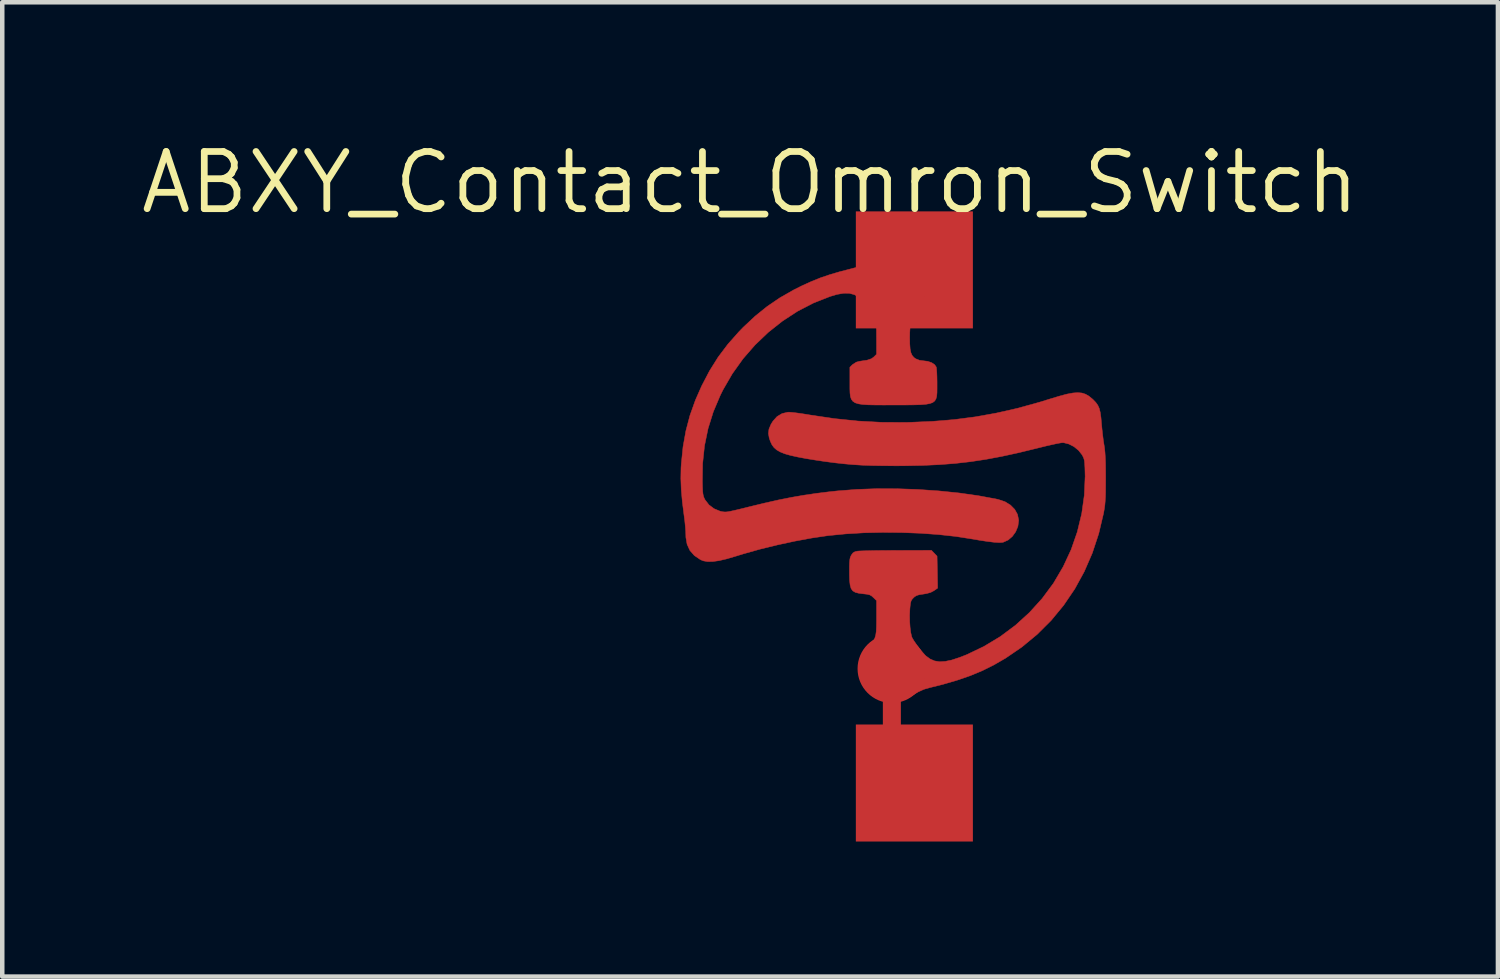
<source format=kicad_pcb>
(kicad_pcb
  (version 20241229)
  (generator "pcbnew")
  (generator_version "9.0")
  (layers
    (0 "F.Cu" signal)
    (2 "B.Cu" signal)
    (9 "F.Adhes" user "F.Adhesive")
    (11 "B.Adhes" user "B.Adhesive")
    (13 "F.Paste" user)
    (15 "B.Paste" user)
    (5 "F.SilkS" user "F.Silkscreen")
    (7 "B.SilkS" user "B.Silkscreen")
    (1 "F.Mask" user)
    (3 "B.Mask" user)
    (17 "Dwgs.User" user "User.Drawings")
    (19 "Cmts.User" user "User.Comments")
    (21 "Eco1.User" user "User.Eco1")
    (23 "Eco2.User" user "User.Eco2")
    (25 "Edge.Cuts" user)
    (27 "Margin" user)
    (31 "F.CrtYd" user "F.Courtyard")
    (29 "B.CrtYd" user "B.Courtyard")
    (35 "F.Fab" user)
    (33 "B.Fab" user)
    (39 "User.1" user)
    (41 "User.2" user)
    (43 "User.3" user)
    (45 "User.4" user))
  (footprint "ABXY_Contact_Omron_Switch"
    (layer "F.Cu")
    (at 16.764 7.506)
    (property "Reference" "ABXY_Contact_Omron_Switch" (at -3.15 -6.5 0) (layer "F.SilkS") (effects (font (size 1.27 1.27) (thickness 0.15))))
    (attr through_hole)
    (fp_line (start 0 4.3) (end 0 6.3) (stroke (width 0.4) (type solid)) (layer "F.Cu"))
    (fp_rect (start -0.8 -5.86) (end 1.8 -3.26) (stroke (width 0) (type solid)) (fill yes) (layer "F.Cu"))
    (fp_rect (start -0.8 5.54) (end 1.8 8.14) (stroke (width 0) (type solid)) (fill yes) (layer "F.Cu"))
    (fp_poly (pts (xy 0.252 -4.891) (xy 0.406 -4.822) (xy 0.542 -4.717) (xy 0.562 -4.695) (xy 0.646 -4.594) (xy 0.702 -4.497) (xy 0.735 -4.39) (xy 0.749 -4.261) (xy 0.75 -4.192) (xy 0.748 -4.092) (xy 0.742 -4.021) (xy 0.729 -3.965) (xy 0.707 -3.911) (xy 0.694 -3.885) (xy 0.647 -3.808) (xy 0.588 -3.722) (xy 0.55 -3.673) (xy 0.494 -3.597) (xy 0.453 -3.517) (xy 0.424 -3.425) (xy 0.407 -3.313) (xy 0.398 -3.173) (xy 0.396 -3.066) (xy 0.398 -2.918) (xy 0.406 -2.806) (xy 0.423 -2.722) (xy 0.451 -2.66) (xy 0.49 -2.614) (xy 0.532 -2.584) (xy 0.614 -2.552) (xy 0.697 -2.541) (xy 0.796 -2.529) (xy 0.884 -2.499) (xy 0.951 -2.454) (xy 0.987 -2.401) (xy 0.987 -2.4) (xy 0.993 -2.358) (xy 0.998 -2.283) (xy 1.002 -2.184) (xy 1.004 -2.072) (xy 1.004 -2.034) (xy 1.004 -1.922) (xy 1.003 -1.829) (xy 0.996 -1.753) (xy 0.98 -1.694) (xy 0.952 -1.648) (xy 0.907 -1.613) (xy 0.842 -1.59) (xy 0.754 -1.574) (xy 0.638 -1.565) (xy 0.492 -1.561) (xy 0.311 -1.559) (xy 0.092 -1.559) (xy 0.051 -1.559) (xy -0.178 -1.558) (xy -0.369 -1.559) (xy -0.525 -1.562) (xy -0.649 -1.57) (xy -0.745 -1.585) (xy -0.817 -1.608) (xy -0.867 -1.642) (xy -0.901 -1.688) (xy -0.921 -1.749) (xy -0.93 -1.825) (xy -0.933 -1.92) (xy -0.933 -2.034) (xy -0.933 -2.081) (xy -0.933 -2.397) (xy -0.874 -2.456) (xy -0.791 -2.51) (xy -0.725 -2.528) (xy -0.642 -2.541) (xy -0.556 -2.553) (xy -0.548 -2.555) (xy -0.451 -2.588) (xy -0.399 -2.627) (xy -0.34 -2.686) (xy -0.341 -3.064) (xy -0.342 -3.226) (xy -0.349 -3.354) (xy -0.363 -3.458) (xy -0.389 -3.544) (xy -0.429 -3.623) (xy -0.486 -3.702) (xy -0.564 -3.791) (xy -0.632 -3.862) (xy -0.732 -3.952) (xy -0.835 -4.011) (xy -0.946 -4.04) (xy -1.073 -4.041) (xy -1.221 -4.015) (xy -1.372 -3.97) (xy -1.74 -3.825) (xy -2.094 -3.642) (xy -2.43 -3.423) (xy -2.747 -3.172) (xy -3.041 -2.891) (xy -3.308 -2.584) (xy -3.545 -2.252) (xy -3.75 -1.898) (xy -3.809 -1.78) (xy -3.966 -1.41) (xy -4.083 -1.036) (xy -4.162 -0.653) (xy -4.204 -0.256) (xy -4.21 0.139) (xy -4.207 0.263) (xy -4.203 0.354) (xy -4.196 0.419) (xy -4.186 0.467) (xy -4.171 0.507) (xy -4.151 0.547) (xy -4.15 0.548) (xy -4.064 0.66) (xy -3.949 0.746) (xy -3.816 0.801) (xy -3.8 0.805) (xy -3.762 0.813) (xy -3.727 0.817) (xy -3.688 0.818) (xy -3.641 0.813) (xy -3.578 0.801) (xy -3.495 0.783) (xy -3.385 0.757) (xy -3.243 0.722) (xy -3.159 0.701) (xy -2.824 0.62) (xy -2.519 0.551) (xy -2.233 0.494) (xy -1.956 0.446) (xy -1.677 0.405) (xy -1.386 0.369) (xy -1.208 0.35) (xy -0.789 0.317) (xy -0.345 0.301) (xy 0.114 0.302) (xy 0.58 0.318) (xy 1.042 0.35) (xy 1.493 0.396) (xy 1.922 0.457) (xy 2.322 0.531) (xy 2.365 0.541) (xy 2.513 0.59) (xy 2.635 0.665) (xy 2.73 0.761) (xy 2.792 0.874) (xy 2.817 1) (xy 2.817 1.012) (xy 2.8 1.139) (xy 2.751 1.258) (xy 2.677 1.361) (xy 2.584 1.441) (xy 2.478 1.489) (xy 2.457 1.494) (xy 2.387 1.498) (xy 2.281 1.492) (xy 2.138 1.475) (xy 1.956 1.448) (xy 1.776 1.417) (xy 1.423 1.362) (xy 1.039 1.32) (xy 0.633 1.291) (xy 0.214 1.275) (xy -0.208 1.272) (xy -0.624 1.281) (xy -1.024 1.305) (xy -1.4 1.342) (xy -1.42 1.344) (xy -1.774 1.396) (xy -2.153 1.466) (xy -2.543 1.55) (xy -2.931 1.645) (xy -3.303 1.75) (xy -3.462 1.799) (xy -3.665 1.859) (xy -3.835 1.899) (xy -3.977 1.919) (xy -4.093 1.921) (xy -4.189 1.904) (xy -4.252 1.878) (xy -4.388 1.786) (xy -4.487 1.673) (xy -4.549 1.538) (xy -4.576 1.382) (xy -4.577 1.333) (xy -4.58 1.248) (xy -4.589 1.137) (xy -4.601 1.013) (xy -4.617 0.892) (xy -4.655 0.592) (xy -4.679 0.323) (xy -4.688 0.074) (xy -4.684 -0.162) (xy -4.678 -0.25) (xy -4.639 -0.632) (xy -4.575 -0.988) (xy -4.485 -1.329) (xy -4.365 -1.665) (xy -4.226 -1.981) (xy -4.051 -2.316) (xy -3.86 -2.621) (xy -3.645 -2.907) (xy -3.398 -3.186) (xy -3.304 -3.283) (xy -3.039 -3.531) (xy -2.77 -3.748) (xy -2.488 -3.94) (xy -2.18 -4.116) (xy -2.002 -4.205) (xy -1.796 -4.299) (xy -1.594 -4.381) (xy -1.383 -4.453) (xy -1.152 -4.521) (xy -0.943 -4.575) (xy -0.786 -4.616) (xy -0.665 -4.653) (xy -0.573 -4.687) (xy -0.506 -4.721) (xy -0.499 -4.726) (xy -0.386 -4.795) (xy -0.299 -4.844) (xy -0.227 -4.877) (xy -0.163 -4.898) (xy -0.095 -4.912) (xy -0.094 -4.913) (xy 0.084 -4.922) (xy 0.252 -4.891)) (stroke (width 0.01) (type solid)) (fill yes) (layer "F.Cu"))
    (fp_poly (pts (xy 4.221 -1.825) (xy 4.302 -1.799) (xy 4.377 -1.756) (xy 4.451 -1.696) (xy 4.472 -1.677) (xy 4.532 -1.614) (xy 4.576 -1.552) (xy 4.608 -1.481) (xy 4.63 -1.393) (xy 4.646 -1.278) (xy 4.656 -1.162) (xy 4.668 -1.033) (xy 4.683 -0.896) (xy 4.699 -0.769) (xy 4.713 -0.68) (xy 4.726 -0.597) (xy 4.735 -0.504) (xy 4.742 -0.394) (xy 4.747 -0.26) (xy 4.749 -0.096) (xy 4.75 0.062) (xy 4.749 0.237) (xy 4.748 0.377) (xy 4.745 0.491) (xy 4.739 0.585) (xy 4.732 0.667) (xy 4.721 0.745) (xy 4.707 0.827) (xy 4.703 0.848) (xy 4.596 1.3) (xy 4.453 1.732) (xy 4.275 2.142) (xy 4.063 2.529) (xy 3.817 2.891) (xy 3.539 3.228) (xy 3.228 3.538) (xy 2.887 3.82) (xy 2.525 4.067) (xy 2.272 4.213) (xy 2.014 4.342) (xy 1.741 4.456) (xy 1.447 4.557) (xy 1.125 4.651) (xy 0.858 4.717) (xy 0.713 4.758) (xy 0.587 4.815) (xy 0.516 4.856) (xy 0.435 4.905) (xy 0.359 4.947) (xy 0.301 4.977) (xy 0.292 4.981) (xy 0.186 5.01) (xy 0.062 5.023) (xy -0.061 5.019) (xy -0.088 5.015) (xy -0.231 4.971) (xy -0.369 4.893) (xy -0.491 4.789) (xy -0.587 4.667) (xy -0.611 4.622) (xy -0.664 4.473) (xy -0.683 4.308) (xy -0.676 4.191) (xy -0.658 4.095) (xy -0.63 4.013) (xy -0.587 3.931) (xy -0.52 3.836) (xy -0.496 3.804) (xy -0.443 3.734) (xy -0.404 3.674) (xy -0.377 3.616) (xy -0.358 3.551) (xy -0.347 3.471) (xy -0.342 3.369) (xy -0.34 3.237) (xy -0.34 3.161) (xy -0.34 2.788) (xy -0.409 2.72) (xy -0.451 2.683) (xy -0.493 2.66) (xy -0.55 2.646) (xy -0.633 2.637) (xy -0.735 2.624) (xy -0.812 2.604) (xy -0.867 2.572) (xy -0.905 2.52) (xy -0.927 2.445) (xy -0.939 2.341) (xy -0.943 2.202) (xy -0.943 2.147) (xy -0.943 2.025) (xy -0.94 1.938) (xy -0.934 1.876) (xy -0.925 1.831) (xy -0.91 1.795) (xy -0.9 1.776) (xy -0.863 1.726) (xy -0.817 1.7) (xy -0.762 1.688) (xy -0.72 1.685) (xy -0.64 1.682) (xy -0.529 1.679) (xy -0.392 1.676) (xy -0.235 1.674) (xy -0.063 1.673) (xy 0.106 1.672) (xy 0.88 1.671) (xy 0.942 1.735) (xy 1.004 1.8) (xy 1.011 2.155) (xy 1.017 2.51) (xy 0.935 2.567) (xy 0.861 2.606) (xy 0.766 2.632) (xy 0.698 2.643) (xy 0.61 2.656) (xy 0.551 2.674) (xy 0.507 2.7) (xy 0.479 2.726) (xy 0.447 2.761) (xy 0.427 2.797) (xy 0.414 2.846) (xy 0.405 2.92) (xy 0.4 2.976) (xy 0.394 3.111) (xy 0.396 3.25) (xy 0.405 3.381) (xy 0.42 3.497) (xy 0.44 3.586) (xy 0.454 3.62) (xy 0.493 3.684) (xy 0.549 3.766) (xy 0.616 3.854) (xy 0.682 3.935) (xy 0.738 3.998) (xy 0.758 4.017) (xy 0.849 4.084) (xy 0.948 4.127) (xy 1.058 4.145) (xy 1.184 4.138) (xy 1.332 4.107) (xy 1.505 4.05) (xy 1.664 3.988) (xy 2.046 3.805) (xy 2.408 3.587) (xy 2.745 3.336) (xy 3.056 3.053) (xy 3.338 2.742) (xy 3.589 2.403) (xy 3.597 2.39) (xy 3.808 2.031) (xy 3.983 1.654) (xy 4.12 1.26) (xy 4.218 0.855) (xy 4.276 0.442) (xy 4.294 0.025) (xy 4.292 -0.046) (xy 4.289 -0.167) (xy 4.284 -0.255) (xy 4.278 -0.318) (xy 4.267 -0.364) (xy 4.251 -0.404) (xy 4.229 -0.445) (xy 4.226 -0.451) (xy 4.149 -0.549) (xy 4.048 -0.632) (xy 3.934 -0.691) (xy 3.82 -0.72) (xy 3.789 -0.721) (xy 3.746 -0.716) (xy 3.669 -0.702) (xy 3.564 -0.679) (xy 3.439 -0.651) (xy 3.301 -0.617) (xy 3.213 -0.595) (xy 2.814 -0.498) (xy 2.443 -0.417) (xy 2.09 -0.351) (xy 1.748 -0.299) (xy 1.405 -0.26) (xy 1.053 -0.233) (xy 0.682 -0.216) (xy 0.283 -0.208) (xy 0.094 -0.207) (xy -0.186 -0.209) (xy -0.433 -0.213) (xy -0.656 -0.221) (xy -0.864 -0.234) (xy -1.067 -0.252) (xy -1.273 -0.275) (xy -1.492 -0.304) (xy -1.674 -0.331) (xy -1.904 -0.368) (xy -2.095 -0.404) (xy -2.253 -0.439) (xy -2.38 -0.475) (xy -2.481 -0.516) (xy -2.559 -0.561) (xy -2.619 -0.614) (xy -2.665 -0.677) (xy -2.699 -0.75) (xy -2.725 -0.825) (xy -2.742 -0.927) (xy -2.73 -1.025) (xy -2.685 -1.13) (xy -2.642 -1.2) (xy -2.55 -1.302) (xy -2.438 -1.369) (xy -2.311 -1.398) (xy -2.282 -1.399) (xy -2.226 -1.395) (xy -2.138 -1.385) (xy -2.027 -1.37) (xy -1.903 -1.351) (xy -1.815 -1.336) (xy -1.275 -1.256) (xy -0.753 -1.202) (xy -0.234 -1.174) (xy 0.296 -1.171) (xy 0.39 -1.173) (xy 0.904 -1.195) (xy 1.39 -1.235) (xy 1.86 -1.296) (xy 2.322 -1.379) (xy 2.789 -1.485) (xy 3.271 -1.618) (xy 3.534 -1.699) (xy 3.727 -1.757) (xy 3.887 -1.8) (xy 4.019 -1.825) (xy 4.128 -1.833) (xy 4.221 -1.825)) (stroke (width 0.01) (type solid)) (fill yes) (layer "F.Cu"))
    (fp_rect (start -0.8 -5.86) (end 1.8 -3.26) (stroke (width 0) (type solid)) (fill yes) (layer "F.Mask"))
    (fp_rect (start -0.8 5.54) (end 1.8 8.14) (stroke (width 0) (type solid)) (fill yes) (layer "F.Mask"))
    (fp_circle (center 0 0) (end 3.5 0) (stroke (width 0.12) (type solid)) (fill yes) (layer "F.Mask"))
    (pad "1" connect circle (at 0 -4.2) (size 1.524 1.524) (layers "F.Cu" "F.Mask"))
    (pad "2" connect circle (at 0 4.3) (size 1.524 1.524) (layers "F.Cu" "F.Mask"))
    (zone (net_name "") (layer "F.Cu") (hatch edge 0.508) (connect_pads) (min_thickness 0.254) (filled_areas_thickness no) (keepout (tracks not_allowed) (vias not_allowed) (pads not_allowed) (copperpour not_allowed) (footprints not_allowed)) (placement (enabled no)) (fill) (polygon (pts (xy 20.364 6.006) (xy 20.364 9.006) (xy 18.264 11.106) (xy 15.264 11.106) (xy 13.164 9.006) (xy 13.164 6.006) (xy 15.264 3.906) (xy 18.264 3.906)))))
  (gr_rect
    (start -3 -3)
    (end 30.229 18.646)
    (stroke (width 0.1) (type default))
    (fill no)
    (layer "Edge.Cuts")))
</source>
